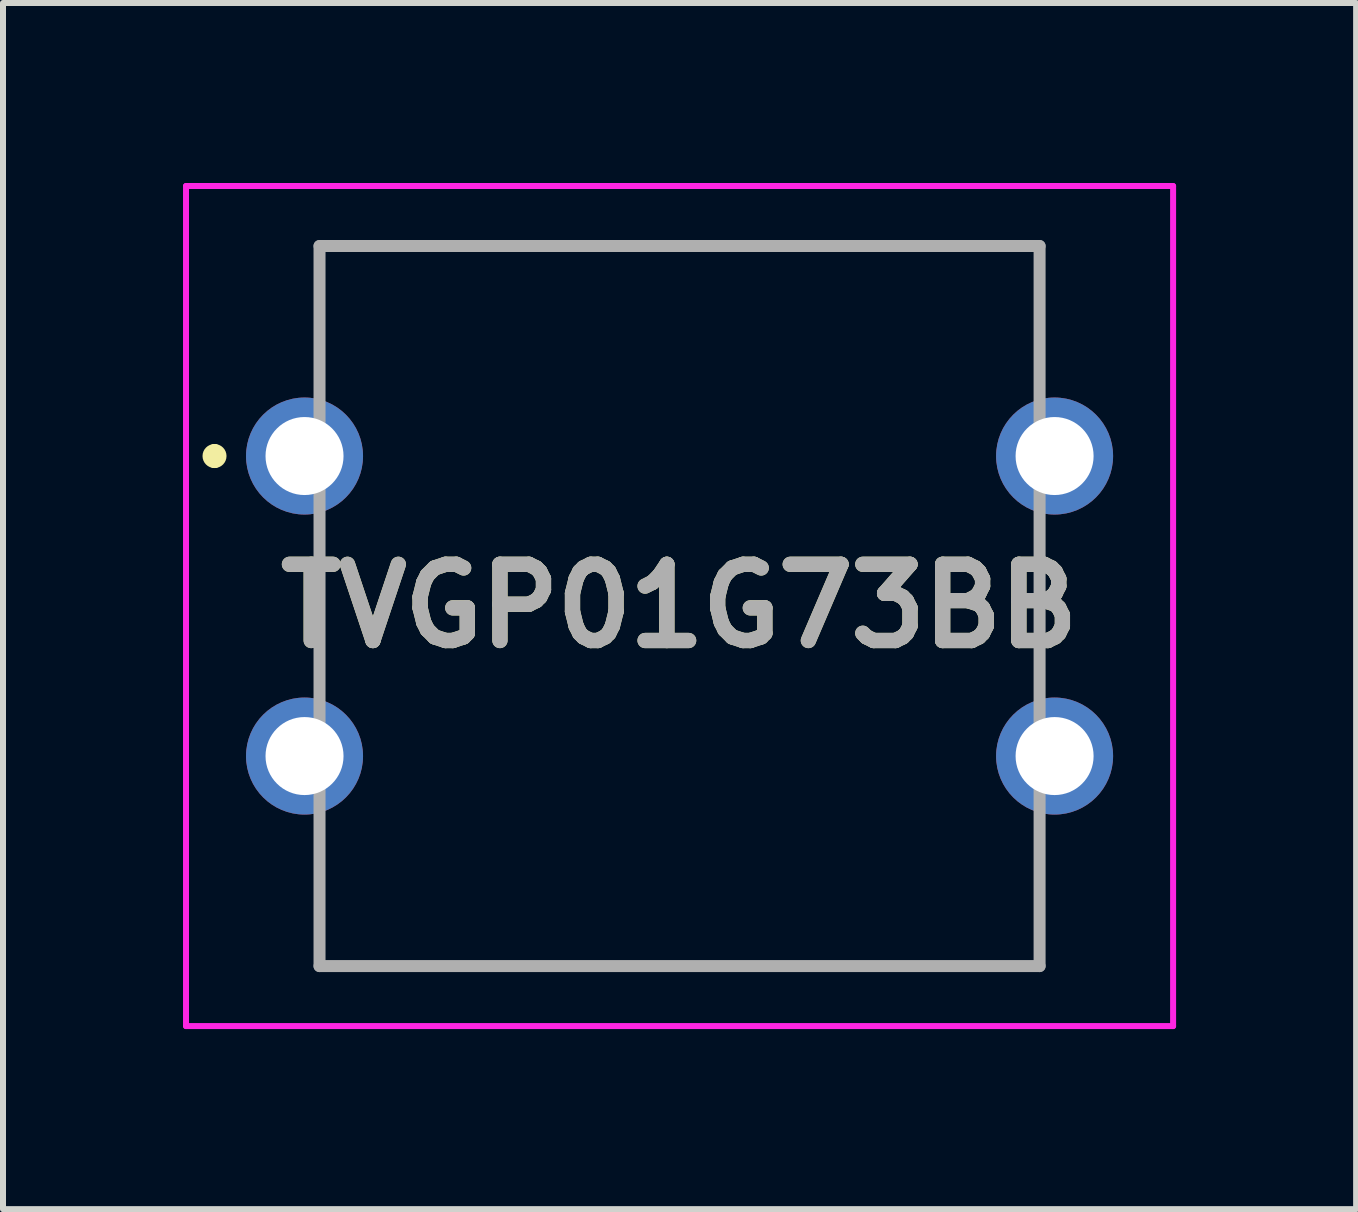
<source format=kicad_pcb>
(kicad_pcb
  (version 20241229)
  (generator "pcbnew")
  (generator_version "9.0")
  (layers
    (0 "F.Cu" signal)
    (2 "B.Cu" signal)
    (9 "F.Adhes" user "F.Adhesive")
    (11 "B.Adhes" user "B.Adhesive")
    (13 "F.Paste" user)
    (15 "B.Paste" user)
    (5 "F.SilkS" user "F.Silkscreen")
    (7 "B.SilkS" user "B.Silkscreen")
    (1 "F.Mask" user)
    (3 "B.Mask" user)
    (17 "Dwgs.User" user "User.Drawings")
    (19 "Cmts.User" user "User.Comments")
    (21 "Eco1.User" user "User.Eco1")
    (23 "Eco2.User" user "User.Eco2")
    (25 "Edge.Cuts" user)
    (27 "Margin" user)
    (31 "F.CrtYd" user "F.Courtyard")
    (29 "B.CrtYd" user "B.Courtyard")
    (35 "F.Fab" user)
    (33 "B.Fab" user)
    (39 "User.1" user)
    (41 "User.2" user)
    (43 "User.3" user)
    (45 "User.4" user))
  (footprint "TVGP01G73BB"
    (layer "F.Cu")
    (at 2.025 4.55)
    (property "Reference" "TVGP01G73BB" (at 6.25 2.5 0) (layer "F.SilkS") (effects (font (size 1.27 1.27) (thickness 0.254))))
    (attr through_hole)
    (fp_line (start -1.5 -0.1) (end -1.5 -0.1) (stroke (width 0.2) (type solid)) (layer "F.SilkS"))
    (fp_line (start -1.5 0.1) (end -1.5 0.1) (stroke (width 0.2) (type solid)) (layer "F.SilkS"))
    (fp_line (start 0.25 -3.5) (end 12.25 -3.5) (stroke (width 0.1) (type solid)) (layer "F.SilkS"))
    (fp_line (start 0.25 -1.5) (end 0.25 -3.5) (stroke (width 0.1) (type solid)) (layer "F.SilkS"))
    (fp_line (start 0.25 6.5) (end 0.25 8.5) (stroke (width 0.1) (type solid)) (layer "F.SilkS"))
    (fp_line (start 0.25 8.5) (end 12.25 8.5) (stroke (width 0.1) (type solid)) (layer "F.SilkS"))
    (fp_line (start 12.25 -3.5) (end 12.25 -1.5) (stroke (width 0.1) (type solid)) (layer "F.SilkS"))
    (fp_line (start 12.25 8.5) (end 12.25 6.5) (stroke (width 0.1) (type solid)) (layer "F.SilkS"))
    (fp_arc (start -1.5 -0.1) (mid -1.4 0) (end -1.5 0.1) (stroke (width 0.2) (type solid)) (layer "F.SilkS"))
    (fp_arc (start -1.5 0.1) (mid -1.6 0) (end -1.5 -0.1) (stroke (width 0.2) (type solid)) (layer "F.SilkS"))
    (fp_line (start -1.975 -4.5) (end 14.475 -4.5) (stroke (width 0.1) (type solid)) (layer "F.CrtYd"))
    (fp_line (start -1.975 9.5) (end -1.975 -4.5) (stroke (width 0.1) (type solid)) (layer "F.CrtYd"))
    (fp_line (start 14.475 -4.5) (end 14.475 9.5) (stroke (width 0.1) (type solid)) (layer "F.CrtYd"))
    (fp_line (start 14.475 9.5) (end -1.975 9.5) (stroke (width 0.1) (type solid)) (layer "F.CrtYd"))
    (fp_line (start 0.25 -3.5) (end 12.25 -3.5) (stroke (width 0.2) (type solid)) (layer "F.Fab"))
    (fp_line (start 0.25 8.5) (end 0.25 -3.5) (stroke (width 0.2) (type solid)) (layer "F.Fab"))
    (fp_line (start 12.25 -3.5) (end 12.25 8.5) (stroke (width 0.2) (type solid)) (layer "F.Fab"))
    (fp_line (start 12.25 8.5) (end 0.25 8.5) (stroke (width 0.2) (type solid)) (layer "F.Fab"))
    (fp_text user "${REFERENCE}" (at 6.25 2.5 0) (layer "F.Fab") (effects (font (size 1.27 1.27) (thickness 0.254))))
    (pad "1" thru_hole circle (at 0 0) (size 1.95 1.95) (drill 1.3) (layers "*.Cu" "*.Mask"))
    (pad "2" thru_hole circle (at 0 5) (size 1.95 1.95) (drill 1.3) (layers "*.Cu" "*.Mask"))
    (pad "3" thru_hole circle (at 12.5 0) (size 1.95 1.95) (drill 1.3) (layers "*.Cu" "*.Mask"))
    (pad "4" thru_hole circle (at 12.5 5) (size 1.95 1.95) (drill 1.3) (layers "*.Cu" "*.Mask")))
  (gr_rect
    (start -3 -3)
    (end 19.55 17.1)
    (stroke (width 0.1) (type default))
    (fill no)
    (layer "Edge.Cuts")))
</source>
